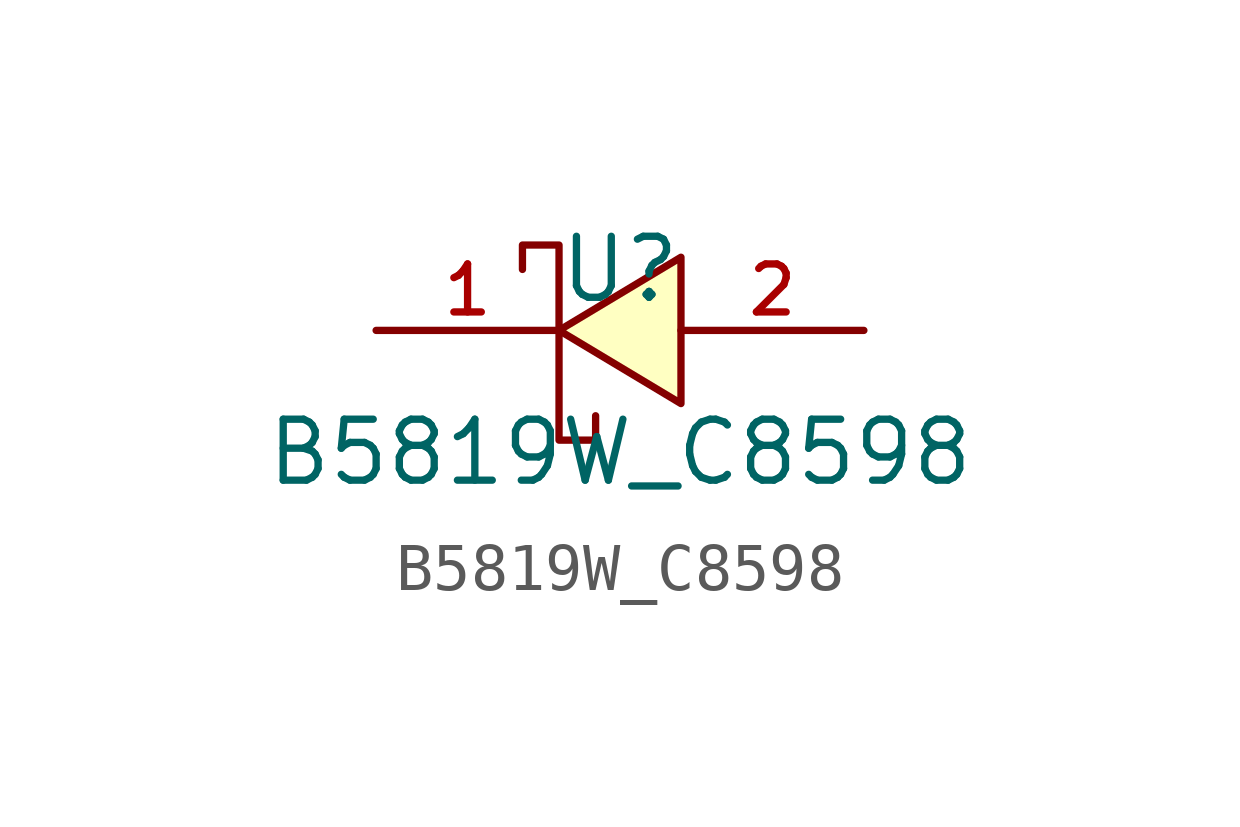
<source format=kicad_sym>
(kicad_symbol_lib
  (version 20210201)
  (generator TousstNicolas/JLC2KiCad_lib)
  (symbol "B5819W_C8598"
    (pin_names hide)
    (property "Reference" "U"
      (at 0 1.27 0)
      (effects (font (size 1.27 1.27))))
    (property "Value" "B5819W_C8598"
      (at 0 -2.54 0)
      (effects (font (size 1.27 1.27))))
    (symbol "B5819W_C8598_0_1"
      (polyline (pts (xy -0.508 -1.778) (xy -0.508 -2.286) (xy -1.27 -2.286) (xy -1.27 1.016) (xy -1.27 1.778) (xy -2.032 1.778) (xy -2.032 1.27)) (stroke (width 0) (type default) (color 0 0 0 0)) (fill (type none)))
      (pin unspecified line (at -5.08 -0.0 0) (length 3.81) (name "-" (effects (font (size 1 1)))) (number "1" (effects (font (size 1 1)))))
      (pin unspecified line (at 5.08 -0.0 180) (length 3.81) (name "+" (effects (font (size 1 1)))) (number "2" (effects (font (size 1 1)))))
      (polyline (pts (xy 1.27 1.524) (xy -1.27 -0.0) (xy 1.27 -1.524) (xy 1.27 1.524)) (stroke (width 0) (type default) (color 0 0 0 0)) (fill (type background))))))
</source>
